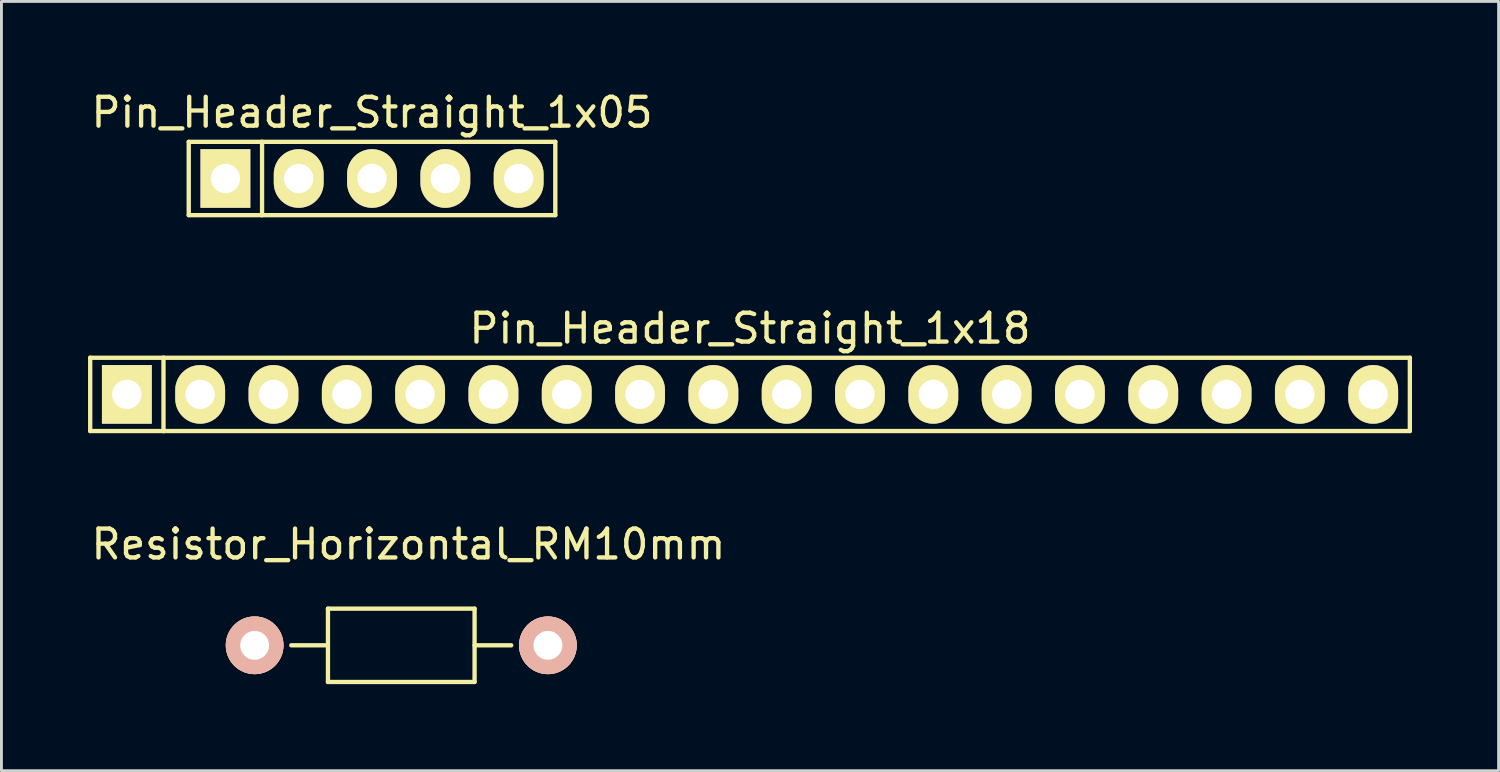
<source format=kicad_pcb>
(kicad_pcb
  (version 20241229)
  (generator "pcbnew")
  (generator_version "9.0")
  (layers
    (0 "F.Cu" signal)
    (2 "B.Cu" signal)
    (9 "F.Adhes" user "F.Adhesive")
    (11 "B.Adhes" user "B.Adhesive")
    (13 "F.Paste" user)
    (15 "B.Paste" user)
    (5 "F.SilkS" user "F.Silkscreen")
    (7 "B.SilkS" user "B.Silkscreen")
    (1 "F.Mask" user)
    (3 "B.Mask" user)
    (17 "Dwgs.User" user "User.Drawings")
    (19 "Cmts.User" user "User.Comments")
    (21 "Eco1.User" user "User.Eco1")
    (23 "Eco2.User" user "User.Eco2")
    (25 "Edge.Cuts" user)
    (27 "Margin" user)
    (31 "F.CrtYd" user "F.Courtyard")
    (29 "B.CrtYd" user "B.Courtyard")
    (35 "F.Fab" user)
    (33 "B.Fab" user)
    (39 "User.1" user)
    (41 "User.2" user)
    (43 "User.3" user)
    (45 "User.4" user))
  (footprint "Resistor_Horizontal_RM10mm"
    (layer "F.Cu")
    (at 10.852 19.307)
    (property "Reference" "Resistor_Horizontal_RM10mm" (at 0.249 -3.5 0) (layer "F.SilkS") (effects (font (size 1 1) (thickness 0.15))))
    (attr through_hole)
    (fp_line (start -2.54 -1.27) (end 2.54 -1.27) (stroke (width 0.15) (type solid)) (layer "F.SilkS"))
    (fp_line (start -2.54 0) (end -3.81 0) (stroke (width 0.15) (type solid)) (layer "F.SilkS"))
    (fp_line (start -2.54 1.27) (end -2.54 -1.27) (stroke (width 0.15) (type solid)) (layer "F.SilkS"))
    (fp_line (start 2.54 -1.27) (end 2.54 1.27) (stroke (width 0.15) (type solid)) (layer "F.SilkS"))
    (fp_line (start 2.54 0) (end 3.81 0) (stroke (width 0.15) (type solid)) (layer "F.SilkS"))
    (fp_line (start 2.54 1.27) (end -2.54 1.27) (stroke (width 0.15) (type solid)) (layer "F.SilkS"))
    (pad "1" thru_hole circle (at -5.08 0) (size 1.999 1.999) (drill 1.001) (layers "*.Cu" "*.SilkS" "*.Mask"))
    (pad "2" thru_hole circle (at 5.08 0) (size 1.999 1.999) (drill 1.001) (layers "*.Cu" "*.SilkS" "*.Mask")))
  (footprint "Pin_Header_Straight_1x18"
    (layer "F.Cu")
    (at 22.935 10.614)
    (property "Reference" "Pin_Header_Straight_1x18" (at 0 -2.286 0) (layer "F.SilkS") (effects (font (size 1 1) (thickness 0.15))))
    (attr through_hole)
    (fp_line (start -22.86 -1.27) (end -22.86 1.27) (stroke (width 0.15) (type solid)) (layer "F.SilkS"))
    (fp_line (start -22.86 -1.27) (end -20.32 -1.27) (stroke (width 0.15) (type solid)) (layer "F.SilkS"))
    (fp_line (start -22.86 1.27) (end -20.32 1.27) (stroke (width 0.15) (type solid)) (layer "F.SilkS"))
    (fp_line (start -20.32 -1.27) (end -20.32 1.27) (stroke (width 0.15) (type solid)) (layer "F.SilkS"))
    (fp_line (start -20.32 -1.27) (end 22.86 -1.27) (stroke (width 0.15) (type solid)) (layer "F.SilkS"))
    (fp_line (start 22.86 -1.27) (end 22.86 1.27) (stroke (width 0.15) (type solid)) (layer "F.SilkS"))
    (fp_line (start 22.86 1.27) (end -20.32 1.27) (stroke (width 0.15) (type solid)) (layer "F.SilkS"))
    (pad "1" thru_hole rect (at -21.59 0) (size 1.727 2.032) (drill 1.016) (layers "*.Cu" "*.Mask" "F.SilkS"))
    (pad "2" thru_hole oval (at -19.05 0) (size 1.727 2.032) (drill 1.016) (layers "*.Cu" "*.Mask" "F.SilkS"))
    (pad "3" thru_hole oval (at -16.51 0) (size 1.727 2.032) (drill 1.016) (layers "*.Cu" "*.Mask" "F.SilkS"))
    (pad "4" thru_hole oval (at -13.97 0) (size 1.727 2.032) (drill 1.016) (layers "*.Cu" "*.Mask" "F.SilkS"))
    (pad "5" thru_hole oval (at -11.43 0) (size 1.727 2.032) (drill 1.016) (layers "*.Cu" "*.Mask" "F.SilkS"))
    (pad "6" thru_hole oval (at -8.89 0) (size 1.727 2.032) (drill 1.016) (layers "*.Cu" "*.Mask" "F.SilkS"))
    (pad "7" thru_hole oval (at -6.35 0) (size 1.727 2.032) (drill 1.016) (layers "*.Cu" "*.Mask" "F.SilkS"))
    (pad "8" thru_hole oval (at -3.81 0) (size 1.727 2.032) (drill 1.016) (layers "*.Cu" "*.Mask" "F.SilkS"))
    (pad "9" thru_hole oval (at -1.27 0) (size 1.727 2.032) (drill 1.016) (layers "*.Cu" "*.Mask" "F.SilkS"))
    (pad "10" thru_hole oval (at 1.27 0) (size 1.727 2.032) (drill 1.016) (layers "*.Cu" "*.Mask" "F.SilkS"))
    (pad "11" thru_hole oval (at 3.81 0) (size 1.727 2.032) (drill 1.016) (layers "*.Cu" "*.Mask" "F.SilkS"))
    (pad "12" thru_hole oval (at 6.35 0) (size 1.727 2.032) (drill 1.016) (layers "*.Cu" "*.Mask" "F.SilkS"))
    (pad "13" thru_hole oval (at 8.89 0) (size 1.727 2.032) (drill 1.016) (layers "*.Cu" "*.Mask" "F.SilkS"))
    (pad "14" thru_hole oval (at 11.43 0) (size 1.727 2.032) (drill 1.016) (layers "*.Cu" "*.Mask" "F.SilkS"))
    (pad "15" thru_hole oval (at 13.97 0) (size 1.727 2.032) (drill 1.016) (layers "*.Cu" "*.Mask" "F.SilkS"))
    (pad "16" thru_hole oval (at 16.51 0) (size 1.727 2.032) (drill 1.016) (layers "*.Cu" "*.Mask" "F.SilkS"))
    (pad "17" thru_hole oval (at 19.05 0) (size 1.727 2.032) (drill 1.016) (layers "*.Cu" "*.Mask" "F.SilkS"))
    (pad "18" thru_hole oval (at 21.59 0) (size 1.727 2.032) (drill 1.016) (layers "*.Cu" "*.Mask" "F.SilkS")))
  (footprint "Pin_Header_Straight_1x05"
    (layer "F.Cu")
    (at 9.839 3.134)
    (property "Reference" "Pin_Header_Straight_1x05" (at 0 -2.286 0) (layer "F.SilkS") (effects (font (size 1 1) (thickness 0.15))))
    (attr through_hole)
    (fp_line (start -6.35 -1.27) (end -6.35 1.27) (stroke (width 0.15) (type solid)) (layer "F.SilkS"))
    (fp_line (start -6.35 -1.27) (end -3.81 -1.27) (stroke (width 0.15) (type solid)) (layer "F.SilkS"))
    (fp_line (start -6.35 1.27) (end -3.81 1.27) (stroke (width 0.15) (type solid)) (layer "F.SilkS"))
    (fp_line (start -3.81 -1.27) (end -3.81 1.27) (stroke (width 0.15) (type solid)) (layer "F.SilkS"))
    (fp_line (start -3.81 -1.27) (end 6.35 -1.27) (stroke (width 0.15) (type solid)) (layer "F.SilkS"))
    (fp_line (start 6.35 -1.27) (end 6.35 1.27) (stroke (width 0.15) (type solid)) (layer "F.SilkS"))
    (fp_line (start 6.35 1.27) (end -3.81 1.27) (stroke (width 0.15) (type solid)) (layer "F.SilkS"))
    (pad "1" thru_hole rect (at -5.08 0) (size 1.727 2.032) (drill 1.016) (layers "*.Cu" "*.Mask" "F.SilkS"))
    (pad "2" thru_hole oval (at -2.54 0) (size 1.727 2.032) (drill 1.016) (layers "*.Cu" "*.Mask" "F.SilkS"))
    (pad "3" thru_hole oval (at 0 0) (size 1.727 2.032) (drill 1.016) (layers "*.Cu" "*.Mask" "F.SilkS"))
    (pad "4" thru_hole oval (at 2.54 0) (size 1.727 2.032) (drill 1.016) (layers "*.Cu" "*.Mask" "F.SilkS"))
    (pad "5" thru_hole oval (at 5.08 0) (size 1.727 2.032) (drill 1.016) (layers "*.Cu" "*.Mask" "F.SilkS")))
  (gr_rect
    (start -3 -3)
    (end 48.87 23.652)
    (stroke (width 0.1) (type default))
    (fill no)
    (layer "Edge.Cuts")))
</source>
